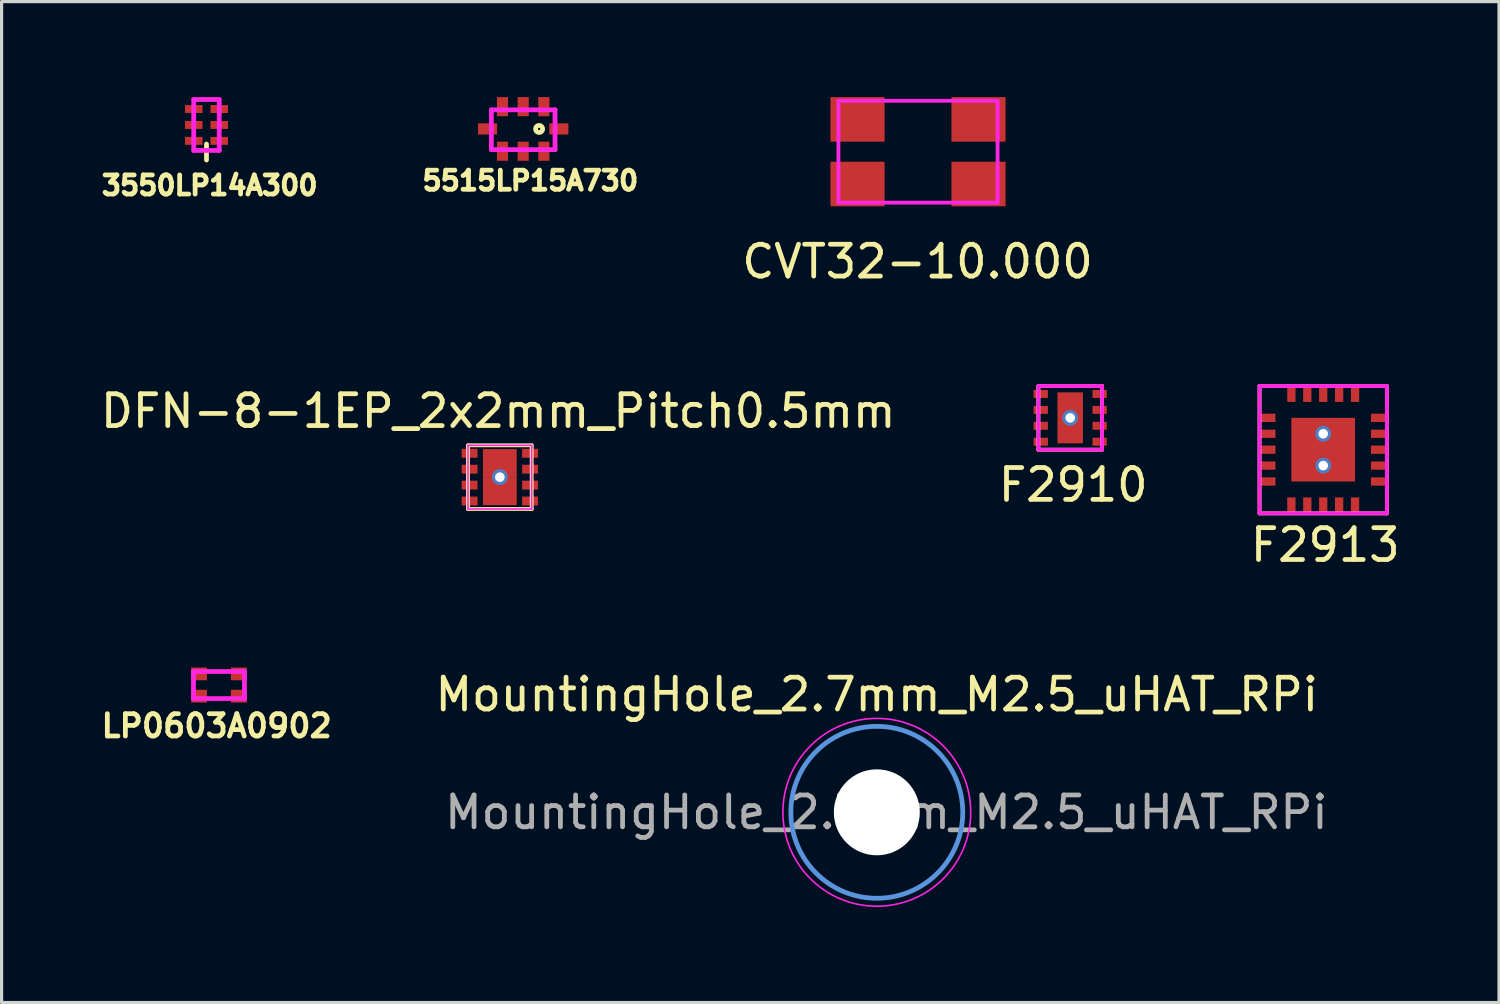
<source format=kicad_pcb>
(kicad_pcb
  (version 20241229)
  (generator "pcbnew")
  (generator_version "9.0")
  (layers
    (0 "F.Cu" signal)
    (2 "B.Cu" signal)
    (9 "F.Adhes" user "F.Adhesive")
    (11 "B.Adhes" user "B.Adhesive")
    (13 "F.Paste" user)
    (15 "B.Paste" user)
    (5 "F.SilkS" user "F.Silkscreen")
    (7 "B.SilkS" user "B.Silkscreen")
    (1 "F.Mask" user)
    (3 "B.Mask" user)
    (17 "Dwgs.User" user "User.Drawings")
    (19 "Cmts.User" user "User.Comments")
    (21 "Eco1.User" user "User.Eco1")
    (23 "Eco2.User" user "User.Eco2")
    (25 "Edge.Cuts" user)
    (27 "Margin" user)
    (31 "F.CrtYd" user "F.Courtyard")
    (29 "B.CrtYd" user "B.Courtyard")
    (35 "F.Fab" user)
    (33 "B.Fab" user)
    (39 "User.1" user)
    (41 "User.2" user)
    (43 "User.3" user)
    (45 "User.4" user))
  (footprint "LP0603A0902"
    (layer "F.Cu")
    (at 3.803 18.468)
    (property "Reference" "LP0603A0902" (at -0.048 1.284 0) (layer "F.SilkS") (effects (font (size 0.7 0.7) (thickness 0.15))))
    (attr through_hole)
    (fp_line (start -0.775 -0.425) (end 0.825 -0.425) (stroke (width 0.15) (type solid)) (layer "F.CrtYd"))
    (fp_line (start -0.775 0.425) (end -0.775 -0.425) (stroke (width 0.15) (type solid)) (layer "F.CrtYd"))
    (fp_line (start 0.825 -0.425) (end 0.825 0.425) (stroke (width 0.15) (type solid)) (layer "F.CrtYd"))
    (fp_line (start 0.825 0.425) (end -0.775 0.425) (stroke (width 0.15) (type solid)) (layer "F.CrtYd"))
    (pad "1" smd rect (at -0.6 0.35) (size 0.5 0.4) (layers "F.Cu" "F.Mask" "F.Paste"))
    (pad "2" smd rect (at 0.65 0.35) (size 0.5 0.4) (layers "F.Cu" "F.Mask" "F.Paste"))
    (pad "3" smd rect (at 0.65 -0.35) (size 0.5 0.4) (layers "F.Cu" "F.Mask" "F.Paste"))
    (pad "4" smd rect (at -0.6 -0.35) (size 0.5 0.4) (layers "F.Cu" "F.Mask" "F.Paste")))
  (footprint "3550LP14A300"
    (layer "F.Cu")
    (at 3.036 0.375)
    (property "Reference" "3550LP14A300" (at 0.5 2.4 0) (layer "F.SilkS") (effects (font (size 0.6 0.6) (thickness 0.15))))
    (attr through_hole)
    (fp_line (start 0.4 1.6) (end 0.4 1.1) (stroke (width 0.15) (type solid)) (layer "F.SilkS"))
    (fp_line (start 0 -0.3) (end 0.8 -0.3) (stroke (width 0.15) (type solid)) (layer "F.CrtYd"))
    (fp_line (start 0 1.3) (end 0 -0.3) (stroke (width 0.15) (type solid)) (layer "F.CrtYd"))
    (fp_line (start 0.8 -0.3) (end 0.8 1.3) (stroke (width 0.15) (type solid)) (layer "F.CrtYd"))
    (fp_line (start 0.8 1.3) (end 0 1.3) (stroke (width 0.15) (type solid)) (layer "F.CrtYd"))
    (pad "1" smd rect (at 0 0) (size 0.55 0.25) (layers "F.Cu" "F.Mask" "F.Paste"))
    (pad "2" smd rect (at 0 0.5) (size 0.55 0.25) (layers "F.Cu" "F.Mask" "F.Paste"))
    (pad "3" smd rect (at 0 1) (size 0.55 0.25) (layers "F.Cu" "F.Mask" "F.Paste"))
    (pad "4" smd rect (at 0.8 1) (size 0.55 0.25) (layers "F.Cu" "F.Mask" "F.Paste"))
    (pad "5" smd rect (at 0.8 0.5) (size 0.55 0.25) (layers "F.Cu" "F.Mask" "F.Paste"))
    (pad "6" smd rect (at 0.8 0) (size 0.55 0.25) (layers "F.Cu" "F.Mask" "F.Paste")))
  (footprint "DFN-8-1EP_2x2mm_Pitch0.5mm"
    (layer "F.Cu")
    (at 12.651 11.938)
    (property "Reference" "DFN-8-1EP_2x2mm_Pitch0.5mm" (at -0.05 -2.075 0) (layer "F.SilkS") (effects (font (size 1 1) (thickness 0.15))))
    (attr smd)
    (fp_line (start -1 -1) (end -1 1) (stroke (width 0.12) (type solid)) (layer "F.SilkS"))
    (fp_line (start -1 1) (end 1 1) (stroke (width 0.12) (type solid)) (layer "F.SilkS"))
    (fp_line (start 1 -1) (end -1 -1) (stroke (width 0.12) (type solid)) (layer "F.SilkS"))
    (fp_line (start 1 1) (end 1 -1) (stroke (width 0.12) (type solid)) (layer "F.SilkS"))
    (fp_line (start -1 -1) (end -1 1) (stroke (width 0.05) (type solid)) (layer "F.CrtYd"))
    (fp_line (start -1 -1) (end 1 -1) (stroke (width 0.05) (type solid)) (layer "F.CrtYd"))
    (fp_line (start -1 1) (end 1 1) (stroke (width 0.05) (type solid)) (layer "F.CrtYd"))
    (fp_line (start 1 -1) (end 1 1) (stroke (width 0.05) (type solid)) (layer "F.CrtYd"))
    (pad "1" smd rect (at -0.95 -0.75) (size 0.5 0.28) (layers "F.Cu" "F.Mask" "F.Paste"))
    (pad "2" smd rect (at -0.95 -0.25) (size 0.5 0.28) (layers "F.Cu" "F.Mask" "F.Paste"))
    (pad "3" smd rect (at -0.95 0.25) (size 0.5 0.28) (layers "F.Cu" "F.Mask" "F.Paste"))
    (pad "4" smd rect (at -0.95 0.75) (size 0.5 0.28) (layers "F.Cu" "F.Mask" "F.Paste"))
    (pad "5" smd rect (at 0.95 0.75) (size 0.5 0.28) (layers "F.Cu" "F.Mask" "F.Paste"))
    (pad "6" smd rect (at 0.95 0.25) (size 0.5 0.28) (layers "F.Cu" "F.Mask" "F.Paste"))
    (pad "7" smd rect (at 0.95 -0.25) (size 0.5 0.28) (layers "F.Cu" "F.Mask" "F.Paste"))
    (pad "8" smd rect (at 0.95 -0.75) (size 0.5 0.28) (layers "F.Cu" "F.Mask" "F.Paste"))
    (pad "9" smd rect (at 0 -0.44) (size 1.06 0.88) (layers "F.Cu" "F.Mask" "F.Paste"))
    (pad "9" thru_hole circle (at 0 0) (size 0.5 0.5) (drill 0.3) (layers "*.Cu" "*.Mask"))
    (pad "9" smd rect (at 0 0.44) (size 1.06 0.88) (layers "F.Cu" "F.Mask" "F.Paste")))
  (footprint "MountingHole_2.7mm_M2.5_uHAT_RPi"
    (layer "F.Cu")
    (at 24.492 22.466)
    (property "Reference" "MountingHole_2.7mm_M2.5_uHAT_RPi" (at 0 -3.7 0) (layer "F.SilkS") (effects (font (size 1 1) (thickness 0.15))))
    (attr exclude_from_pos_files exclude_from_bom)
    (fp_circle (center 0 0) (end 2.7 0) (stroke (width 0.15) (type solid)) (fill no) (layer "Cmts.User"))
    (fp_circle (center 0 0) (end 2.95 0) (stroke (width 0.05) (type solid)) (fill no) (layer "F.CrtYd"))
    (fp_text user "${REFERENCE}" (at 0.3 0 0) (layer "F.Fab") (effects (font (size 1 1) (thickness 0.15))))
    (pad "" np_thru_hole circle (at 0 0) (size 2.7 2.7) (drill 2.7) (layers "*.Cu" "*.Mask")))
  (footprint "CVT32-10.000"
    (layer "F.Cu")
    (at 25.786 1.715)
    (property "Reference" "CVT32-10.000" (at -0.015 3.452 0) (layer "F.SilkS") (effects (font (size 1 1) (thickness 0.15))))
    (attr through_hole)
    (fp_line (start -2.5 -1.6) (end 2.5 -1.6) (stroke (width 0.12) (type solid)) (layer "F.CrtYd"))
    (fp_line (start -2.5 1.6) (end -2.5 -1.6) (stroke (width 0.12) (type solid)) (layer "F.CrtYd"))
    (fp_line (start 2.5 -1.6) (end 2.5 1.6) (stroke (width 0.12) (type solid)) (layer "F.CrtYd"))
    (fp_line (start 2.5 1.6) (end -2.5 1.6) (stroke (width 0.12) (type solid)) (layer "F.CrtYd"))
    (pad "1" smd rect (at -1.9 -1.015) (size 1.7 1.4) (layers "F.Cu" "F.Mask" "F.Paste"))
    (pad "2" smd rect (at 1.9 -1.015) (size 1.7 1.4) (layers "F.Cu" "F.Mask" "F.Paste"))
    (pad "3" smd rect (at 1.9 1.015) (size 1.7 1.4) (layers "F.Cu" "F.Mask" "F.Paste"))
    (pad "4" smd rect (at -1.9 1.015) (size 1.7 1.4) (layers "F.Cu" "F.Mask" "F.Paste")))
  (footprint "F2910"
    (layer "F.Cu")
    (at 30.567 10.075)
    (property "Reference" "F2910" (at 0.094 2.106 0) (layer "F.SilkS") (effects (font (size 1 1) (thickness 0.15))))
    (attr through_hole)
    (fp_line (start -1 -1) (end -1 1) (stroke (width 0.12) (type solid)) (layer "F.SilkS"))
    (fp_line (start -1 1) (end 1 1) (stroke (width 0.12) (type solid)) (layer "F.SilkS"))
    (fp_line (start 1 -1) (end -1 -1) (stroke (width 0.12) (type solid)) (layer "F.SilkS"))
    (fp_line (start 1 1) (end 1 -1) (stroke (width 0.12) (type solid)) (layer "F.SilkS"))
    (fp_line (start -1 -1) (end 1 -1) (stroke (width 0.12) (type solid)) (layer "F.CrtYd"))
    (fp_line (start -1 1) (end -1 -1) (stroke (width 0.12) (type solid)) (layer "F.CrtYd"))
    (fp_line (start -1 1) (end 1 1) (stroke (width 0.12) (type solid)) (layer "F.CrtYd"))
    (fp_line (start 1 1) (end 1 -1) (stroke (width 0.12) (type solid)) (layer "F.CrtYd"))
    (pad "" smd rect (at 0 -0.4) (size 0.7 0.6) (layers "F.Paste"))
    (pad "" smd rect (at 0 0.4) (size 0.7 0.6) (layers "F.Paste"))
    (pad "1" smd rect (at -0.925 -0.75) (size 0.45 0.25) (layers "F.Cu" "F.Mask" "F.Paste"))
    (pad "2" smd rect (at -0.925 -0.25) (size 0.45 0.25) (layers "F.Cu" "F.Mask" "F.Paste"))
    (pad "3" smd rect (at -0.925 0.25) (size 0.45 0.25) (layers "F.Cu" "F.Mask" "F.Paste"))
    (pad "4" smd rect (at -0.925 0.75) (size 0.45 0.25) (layers "F.Cu" "F.Mask" "F.Paste"))
    (pad "5" smd rect (at 0.925 0.75) (size 0.45 0.25) (layers "F.Cu" "F.Mask" "F.Paste"))
    (pad "6" smd rect (at 0.925 0.25) (size 0.45 0.25) (layers "F.Cu" "F.Mask" "F.Paste"))
    (pad "7" smd rect (at 0.925 -0.25) (size 0.45 0.25) (layers "F.Cu" "F.Mask" "F.Paste"))
    (pad "8" smd rect (at 0.925 -0.75) (size 0.45 0.25) (layers "F.Cu" "F.Mask" "F.Paste"))
    (pad "EP" thru_hole circle (at 0 0) (size 0.5 0.5) (drill 0.3) (layers "*.Cu" "*.Mask"))
    (pad "EP" smd rect (at 0 0) (size 0.8 1.6) (layers "F.Cu" "F.Mask")))
  (footprint "F2913"
    (layer "F.Cu")
    (at 38.514 11.075)
    (property "Reference" "F2913" (at 0.064 2.995 0) (layer "F.SilkS") (effects (font (size 1 1) (thickness 0.15))))
    (attr through_hole)
    (fp_line (start -2 -2) (end -2 2) (stroke (width 0.12) (type solid)) (layer "F.SilkS"))
    (fp_line (start -2 2) (end 2 2) (stroke (width 0.12) (type solid)) (layer "F.SilkS"))
    (fp_line (start 2 -2) (end -2 -2) (stroke (width 0.12) (type solid)) (layer "F.SilkS"))
    (fp_line (start 2 2) (end 2 -2) (stroke (width 0.12) (type solid)) (layer "F.SilkS"))
    (fp_line (start -2 -2) (end -2 2) (stroke (width 0.12) (type solid)) (layer "F.CrtYd"))
    (fp_line (start -2 -2) (end 2 -2) (stroke (width 0.12) (type solid)) (layer "F.CrtYd"))
    (fp_line (start 2 -2) (end 2 2) (stroke (width 0.12) (type solid)) (layer "F.CrtYd"))
    (fp_line (start 2 2) (end -2 2) (stroke (width 0.12) (type solid)) (layer "F.CrtYd"))
    (pad "" smd rect (at -0.5 -0.5) (size 0.4 0.4) (layers "F.Paste"))
    (pad "" smd rect (at -0.5 0) (size 0.4 0.4) (layers "F.Paste"))
    (pad "" smd rect (at -0.5 0.5) (size 0.4 0.4) (layers "F.Paste"))
    (pad "" smd rect (at 0 -0.5) (size 0.4 0.4) (layers "F.Paste"))
    (pad "" smd rect (at 0 0) (size 0.4 0.4) (layers "F.Paste"))
    (pad "" smd rect (at 0 0.5) (size 0.4 0.4) (layers "F.Paste"))
    (pad "" smd rect (at 0.5 -0.5) (size 0.4 0.4) (layers "F.Paste"))
    (pad "" smd rect (at 0.5 0) (size 0.4 0.4) (layers "F.Paste"))
    (pad "" smd rect (at 0.5 0.5) (size 0.4 0.4) (layers "F.Paste"))
    (pad "1" smd rect (at -1.775 -1) (size 0.55 0.26) (layers "F.Cu" "F.Mask" "F.Paste"))
    (pad "2" smd rect (at -1.775 -0.5) (size 0.55 0.26) (layers "F.Cu" "F.Mask" "F.Paste"))
    (pad "3" smd rect (at -1.775 0) (size 0.55 0.26) (layers "F.Cu" "F.Mask" "F.Paste"))
    (pad "4" smd rect (at -1.775 0.5) (size 0.55 0.26) (layers "F.Cu" "F.Mask" "F.Paste"))
    (pad "5" smd rect (at -1.775 1) (size 0.55 0.26) (layers "F.Cu" "F.Mask" "F.Paste"))
    (pad "6" smd rect (at -1 1.775) (size 0.26 0.55) (layers "F.Cu" "F.Mask" "F.Paste"))
    (pad "7" smd rect (at -0.5 1.775) (size 0.26 0.55) (layers "F.Cu" "F.Mask" "F.Paste"))
    (pad "8" smd rect (at 0 1.775) (size 0.26 0.55) (layers "F.Cu" "F.Mask" "F.Paste"))
    (pad "9" smd rect (at 0.5 1.775) (size 0.26 0.55) (layers "F.Cu" "F.Mask" "F.Paste"))
    (pad "10" smd rect (at 1 1.775) (size 0.26 0.55) (layers "F.Cu" "F.Mask" "F.Paste"))
    (pad "11" smd rect (at 1.775 1) (size 0.55 0.26) (layers "F.Cu" "F.Mask" "F.Paste"))
    (pad "12" smd rect (at 1.775 0.5) (size 0.55 0.26) (layers "F.Cu" "F.Mask" "F.Paste"))
    (pad "13" smd rect (at 1.775 0) (size 0.55 0.26) (layers "F.Cu" "F.Mask" "F.Paste"))
    (pad "14" smd rect (at 1.775 -0.5) (size 0.55 0.26) (layers "F.Cu" "F.Mask" "F.Paste"))
    (pad "15" smd rect (at 1.775 -1) (size 0.55 0.26) (layers "F.Cu" "F.Mask" "F.Paste"))
    (pad "16" smd rect (at 1 -1.775) (size 0.26 0.55) (layers "F.Cu" "F.Mask" "F.Paste"))
    (pad "17" smd rect (at 0.5 -1.775) (size 0.26 0.55) (layers "F.Cu" "F.Mask" "F.Paste"))
    (pad "18" smd rect (at 0 -1.775) (size 0.26 0.55) (layers "F.Cu" "F.Mask" "F.Paste"))
    (pad "19" smd rect (at -0.5 -1.775) (size 0.26 0.55) (layers "F.Cu" "F.Mask" "F.Paste"))
    (pad "20" smd rect (at -1 -1.775) (size 0.26 0.55) (layers "F.Cu" "F.Mask" "F.Paste"))
    (pad "EP" thru_hole circle (at 0 -0.5) (size 0.5 0.5) (drill 0.3) (layers "*.Cu" "*.Mask"))
    (pad "EP" smd rect (at 0 0) (size 2 2) (layers "F.Cu" "F.Mask"))
    (pad "EP" thru_hole circle (at 0 0.5) (size 0.5 0.5) (drill 0.3) (layers "*.Cu" "*.Mask")))
  (footprint "5515LP15A730"
    (layer "F.Cu")
    (at 13.384 1)
    (property "Reference" "5515LP15A730" (at 0.225 1.625 0) (layer "F.SilkS") (effects (font (size 0.6 0.6) (thickness 0.15))))
    (attr through_hole)
    (fp_circle (center 0.5 0) (end 0.55 -0.1) (stroke (width 0.15) (type solid)) (fill no) (layer "F.SilkS"))
    (fp_line (start -1 -0.6) (end 1 -0.6) (stroke (width 0.15) (type solid)) (layer "F.CrtYd"))
    (fp_line (start -1 0.65) (end -1 -0.6) (stroke (width 0.15) (type solid)) (layer "F.CrtYd"))
    (fp_line (start 1 -0.6) (end 1 0.65) (stroke (width 0.15) (type solid)) (layer "F.CrtYd"))
    (fp_line (start 1 0.65) (end -1 0.65) (stroke (width 0.15) (type solid)) (layer "F.CrtYd"))
    (pad "1" smd rect (at 0.65 -0.7) (size 0.35 0.6) (layers "F.Cu" "F.Mask" "F.Paste"))
    (pad "2" smd rect (at 0 -0.7) (size 0.35 0.6) (layers "F.Cu" "F.Mask" "F.Paste"))
    (pad "3" smd rect (at -0.65 -0.7) (size 0.35 0.6) (layers "F.Cu" "F.Mask" "F.Paste"))
    (pad "4" smd rect (at -1.12 0 90) (size 0.35 0.6) (layers "F.Cu" "F.Mask" "F.Paste"))
    (pad "5" smd rect (at -0.65 0.7) (size 0.35 0.6) (layers "F.Cu" "F.Mask" "F.Paste"))
    (pad "6" smd rect (at 0 0.7) (size 0.35 0.6) (layers "F.Cu" "F.Mask" "F.Paste"))
    (pad "7" smd rect (at 0.65 0.7) (size 0.35 0.6) (layers "F.Cu" "F.Mask" "F.Paste"))
    (pad "8" smd rect (at 1.12 0 90) (size 0.35 0.6) (layers "F.Cu" "F.Mask" "F.Paste")))
  (gr_rect
    (start -3 -3)
    (end 44.036 28.441)
    (stroke (width 0.1) (type default))
    (fill no)
    (layer "Edge.Cuts")))
</source>
